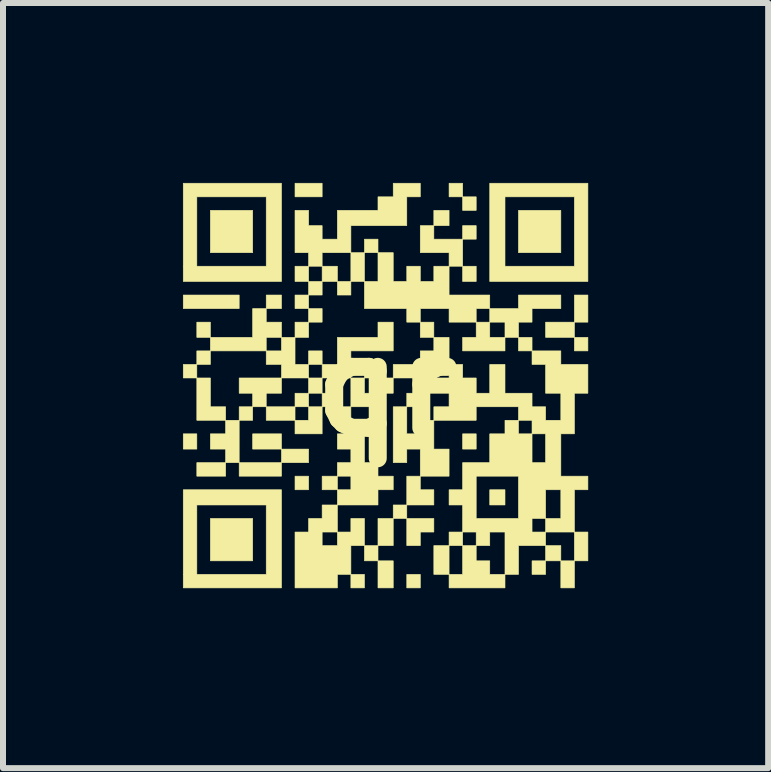
<source format=kicad_pcb>
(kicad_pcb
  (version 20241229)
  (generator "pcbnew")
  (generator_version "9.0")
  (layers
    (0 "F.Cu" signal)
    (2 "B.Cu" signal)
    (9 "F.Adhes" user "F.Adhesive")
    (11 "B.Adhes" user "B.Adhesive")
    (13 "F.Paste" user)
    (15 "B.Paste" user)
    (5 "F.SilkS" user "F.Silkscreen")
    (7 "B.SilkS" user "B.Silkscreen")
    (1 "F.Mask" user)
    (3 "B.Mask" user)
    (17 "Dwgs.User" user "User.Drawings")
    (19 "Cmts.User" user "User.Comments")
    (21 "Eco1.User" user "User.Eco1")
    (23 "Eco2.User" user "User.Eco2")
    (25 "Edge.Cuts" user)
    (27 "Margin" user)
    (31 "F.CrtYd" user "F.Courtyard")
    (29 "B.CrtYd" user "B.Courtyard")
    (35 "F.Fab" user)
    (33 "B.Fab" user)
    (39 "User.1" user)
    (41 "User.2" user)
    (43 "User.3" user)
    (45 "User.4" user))
  (footprint "qr"
    (layer "F.Cu")
    (at 3.392 3.392)
    (property "Reference" "qr" (at 0 0 0) (layer "F.SilkS") (effects (font (size 1.524 1.524) (thickness 0.3))))
    (attr through_hole)
    (fp_poly (pts (xy -3.161 1.044) (xy -3.387 1.044) (xy -3.387 0.79) (xy -3.161 0.79) (xy -3.161 1.044)) (stroke (width 0.01) (type solid)) (fill yes) (layer "F.SilkS"))
    (fp_poly (pts (xy -2.935 -0.818) (xy -3.161 -0.818) (xy -3.161 -1.072) (xy -2.935 -1.072) (xy -2.935 -0.818)) (stroke (width 0.01) (type solid)) (fill yes) (layer "F.SilkS"))
    (fp_poly (pts (xy -2.681 1.496) (xy -3.161 1.496) (xy -3.161 1.27) (xy -2.681 1.27) (xy -2.681 1.496)) (stroke (width 0.01) (type solid)) (fill yes) (layer "F.SilkS"))
    (fp_poly (pts (xy -2.455 -1.298) (xy -3.387 -1.298) (xy -3.387 -1.524) (xy -2.455 -1.524) (xy -2.455 -1.298)) (stroke (width 0.01) (type solid)) (fill yes) (layer "F.SilkS"))
    (fp_poly (pts (xy -2.23 -2.23) (xy -2.935 -2.23) (xy -2.935 -2.935) (xy -2.23 -2.935) (xy -2.23 -2.23)) (stroke (width 0.01) (type solid)) (fill yes) (layer "F.SilkS"))
    (fp_poly (pts (xy -2.23 2.907) (xy -2.935 2.907) (xy -2.935 2.201) (xy -2.23 2.201) (xy -2.23 2.907)) (stroke (width 0.01) (type solid)) (fill yes) (layer "F.SilkS"))
    (fp_poly (pts (xy -1.75 -1.298) (xy -2.004 -1.298) (xy -2.004 -1.524) (xy -1.75 -1.524) (xy -1.75 -1.298)) (stroke (width 0.01) (type solid)) (fill yes) (layer "F.SilkS"))
    (fp_poly (pts (xy -1.75 1.044) (xy -2.23 1.044) (xy -2.23 0.79) (xy -1.75 0.79) (xy -1.75 1.044)) (stroke (width 0.01) (type solid)) (fill yes) (layer "F.SilkS"))
    (fp_poly (pts (xy -1.75 1.496) (xy -2.455 1.496) (xy -2.455 1.27) (xy -1.75 1.27) (xy -1.75 1.496)) (stroke (width 0.01) (type solid)) (fill yes) (layer "F.SilkS"))
    (fp_poly (pts (xy -1.524 0.564) (xy -2.004 0.564) (xy -2.004 0.339) (xy -1.524 0.339) (xy -1.524 0.564)) (stroke (width 0.01) (type solid)) (fill yes) (layer "F.SilkS"))
    (fp_poly (pts (xy -1.298 -1.75) (xy -1.524 -1.75) (xy -1.524 -2.004) (xy -1.298 -2.004) (xy -1.298 -1.75)) (stroke (width 0.01) (type solid)) (fill yes) (layer "F.SilkS"))
    (fp_poly (pts (xy -1.298 -1.298) (xy -1.524 -1.298) (xy -1.524 -1.524) (xy -1.298 -1.524) (xy -1.298 -1.298)) (stroke (width 0.01) (type solid)) (fill yes) (layer "F.SilkS"))
    (fp_poly (pts (xy -1.298 -0.818) (xy -1.524 -0.818) (xy -1.524 -1.072) (xy -1.298 -1.072) (xy -1.298 -0.818)) (stroke (width 0.01) (type solid)) (fill yes) (layer "F.SilkS"))
    (fp_poly (pts (xy -1.298 0.339) (xy -1.524 0.339) (xy -1.524 0.113) (xy -1.298 0.113) (xy -1.298 0.339)) (stroke (width 0.01) (type solid)) (fill yes) (layer "F.SilkS"))
    (fp_poly (pts (xy -1.298 1.27) (xy -1.75 1.27) (xy -1.75 1.044) (xy -1.298 1.044) (xy -1.298 1.27)) (stroke (width 0.01) (type solid)) (fill yes) (layer "F.SilkS"))
    (fp_poly (pts (xy -1.298 1.722) (xy -1.524 1.722) (xy -1.524 1.496) (xy -1.298 1.496) (xy -1.298 1.722)) (stroke (width 0.01) (type solid)) (fill yes) (layer "F.SilkS"))
    (fp_poly (pts (xy -1.072 -3.161) (xy -1.524 -3.161) (xy -1.524 -3.387) (xy -1.072 -3.387) (xy -1.072 -3.161)) (stroke (width 0.01) (type solid)) (fill yes) (layer "F.SilkS"))
    (fp_poly (pts (xy -1.072 -1.524) (xy -1.298 -1.524) (xy -1.298 -1.75) (xy -1.072 -1.75) (xy -1.072 -1.524)) (stroke (width 0.01) (type solid)) (fill yes) (layer "F.SilkS"))
    (fp_poly (pts (xy -1.072 -1.072) (xy -1.298 -1.072) (xy -1.298 -1.298) (xy -1.072 -1.298) (xy -1.072 -1.072)) (stroke (width 0.01) (type solid)) (fill yes) (layer "F.SilkS"))
    (fp_poly (pts (xy -1.072 -0.367) (xy -1.298 -0.367) (xy -1.298 -0.593) (xy -1.072 -0.593) (xy -1.072 -0.367)) (stroke (width 0.01) (type solid)) (fill yes) (layer "F.SilkS"))
    (fp_poly (pts (xy -1.072 0.113) (xy -1.298 0.113) (xy -1.298 -0.141) (xy -1.072 -0.141) (xy -1.072 0.113)) (stroke (width 0.01) (type solid)) (fill yes) (layer "F.SilkS"))
    (fp_poly (pts (xy -0.818 -1.75) (xy -1.072 -1.75) (xy -1.072 -2.004) (xy -0.818 -2.004) (xy -0.818 -1.75)) (stroke (width 0.01) (type solid)) (fill yes) (layer "F.SilkS"))
    (fp_poly (pts (xy -0.818 0.339) (xy -1.072 0.339) (xy -1.072 0.113) (xy -0.818 0.113) (xy -0.818 0.339)) (stroke (width 0.01) (type solid)) (fill yes) (layer "F.SilkS"))
    (fp_poly (pts (xy -0.593 -1.524) (xy -0.818 -1.524) (xy -0.818 -1.75) (xy -0.593 -1.75) (xy -0.593 -1.524)) (stroke (width 0.01) (type solid)) (fill yes) (layer "F.SilkS"))
    (fp_poly (pts (xy -0.593 0.564) (xy -0.818 0.564) (xy -0.818 0.339) (xy -0.593 0.339) (xy -0.593 0.564)) (stroke (width 0.01) (type solid)) (fill yes) (layer "F.SilkS"))
    (fp_poly (pts (xy -0.367 3.358) (xy -0.593 3.358) (xy -0.593 3.133) (xy -0.367 3.133) (xy -0.367 3.358)) (stroke (width 0.01) (type solid)) (fill yes) (layer "F.SilkS"))
    (fp_poly (pts (xy -0.141 2.907) (xy -0.367 2.907) (xy -0.367 2.653) (xy -0.141 2.653) (xy -0.141 2.907)) (stroke (width 0.01) (type solid)) (fill yes) (layer "F.SilkS"))
    (fp_poly (pts (xy 0.113 2.653) (xy -0.141 2.653) (xy -0.141 2.201) (xy 0.113 2.201) (xy 0.113 2.653)) (stroke (width 0.01) (type solid)) (fill yes) (layer "F.SilkS"))
    (fp_poly (pts (xy 0.113 3.358) (xy -0.141 3.358) (xy -0.141 2.907) (xy 0.113 2.907) (xy 0.113 3.358)) (stroke (width 0.01) (type solid)) (fill yes) (layer "F.SilkS"))
    (fp_poly (pts (xy 0.339 2.201) (xy 0.113 2.201) (xy 0.113 1.976) (xy 0.339 1.976) (xy 0.339 2.201)) (stroke (width 0.01) (type solid)) (fill yes) (layer "F.SilkS"))
    (fp_poly (pts (xy 0.564 -0.141) (xy 0.113 -0.141) (xy 0.113 -0.367) (xy 0.564 -0.367) (xy 0.564 -0.141)) (stroke (width 0.01) (type solid)) (fill yes) (layer "F.SilkS"))
    (fp_poly (pts (xy 0.564 0.339) (xy 0.339 0.339) (xy 0.339 0.113) (xy 0.564 0.113) (xy 0.564 0.339)) (stroke (width 0.01) (type solid)) (fill yes) (layer "F.SilkS"))
    (fp_poly (pts (xy 0.564 3.358) (xy 0.339 3.358) (xy 0.339 3.133) (xy 0.564 3.133) (xy 0.564 3.358)) (stroke (width 0.01) (type solid)) (fill yes) (layer "F.SilkS"))
    (fp_poly (pts (xy 0.79 -0.818) (xy 0.564 -0.818) (xy 0.564 -1.072) (xy 0.79 -1.072) (xy 0.79 -0.818)) (stroke (width 0.01) (type solid)) (fill yes) (layer "F.SilkS"))
    (fp_poly (pts (xy 1.044 -2.681) (xy 0.79 -2.681) (xy 0.79 -2.935) (xy 1.044 -2.935) (xy 1.044 -2.681)) (stroke (width 0.01) (type solid)) (fill yes) (layer "F.SilkS"))
    (fp_poly (pts (xy 1.27 -3.161) (xy 1.044 -3.161) (xy 1.044 -3.387) (xy 1.27 -3.387) (xy 1.27 -3.161)) (stroke (width 0.01) (type solid)) (fill yes) (layer "F.SilkS"))
    (fp_poly (pts (xy 1.496 -2.935) (xy 1.27 -2.935) (xy 1.27 -3.161) (xy 1.496 -3.161) (xy 1.496 -2.935)) (stroke (width 0.01) (type solid)) (fill yes) (layer "F.SilkS"))
    (fp_poly (pts (xy 1.496 -2.455) (xy 1.27 -2.455) (xy 1.27 -2.681) (xy 1.496 -2.681) (xy 1.496 -2.455)) (stroke (width 0.01) (type solid)) (fill yes) (layer "F.SilkS"))
    (fp_poly (pts (xy 1.496 -1.75) (xy 1.27 -1.75) (xy 1.27 -2.004) (xy 1.496 -2.004) (xy 1.496 -1.75)) (stroke (width 0.01) (type solid)) (fill yes) (layer "F.SilkS"))
    (fp_poly (pts (xy 1.496 1.044) (xy 1.27 1.044) (xy 1.27 0.79) (xy 1.496 0.79) (xy 1.496 1.044)) (stroke (width 0.01) (type solid)) (fill yes) (layer "F.SilkS"))
    (fp_poly (pts (xy 1.976 1.976) (xy 1.722 1.976) (xy 1.722 1.722) (xy 1.976 1.722) (xy 1.976 1.976)) (stroke (width 0.01) (type solid)) (fill yes) (layer "F.SilkS"))
    (fp_poly (pts (xy 2.427 -0.593) (xy 2.201 -0.593) (xy 2.201 -0.818) (xy 2.427 -0.818) (xy 2.427 -0.593)) (stroke (width 0.01) (type solid)) (fill yes) (layer "F.SilkS"))
    (fp_poly (pts (xy 2.653 3.133) (xy 2.427 3.133) (xy 2.427 2.907) (xy 2.653 2.907) (xy 2.653 3.133)) (stroke (width 0.01) (type solid)) (fill yes) (layer "F.SilkS"))
    (fp_poly (pts (xy 2.907 -2.23) (xy 2.201 -2.23) (xy 2.201 -2.935) (xy 2.907 -2.935) (xy 2.907 -2.23)) (stroke (width 0.01) (type solid)) (fill yes) (layer "F.SilkS"))
    (fp_poly (pts (xy 2.907 2.907) (xy 2.653 2.907) (xy 2.653 2.653) (xy 2.907 2.653) (xy 2.907 2.907)) (stroke (width 0.01) (type solid)) (fill yes) (layer "F.SilkS"))
    (fp_poly (pts (xy 3.133 -0.818) (xy 2.653 -0.818) (xy 2.653 -1.072) (xy 3.133 -1.072) (xy 3.133 -0.818)) (stroke (width 0.01) (type solid)) (fill yes) (layer "F.SilkS"))
    (fp_poly (pts (xy 3.133 3.358) (xy 2.907 3.358) (xy 2.907 2.907) (xy 3.133 2.907) (xy 3.133 3.358)) (stroke (width 0.01) (type solid)) (fill yes) (layer "F.SilkS"))
    (fp_poly (pts (xy 3.358 -1.072) (xy 3.133 -1.072) (xy 3.133 -1.524) (xy 3.358 -1.524) (xy 3.358 -1.072)) (stroke (width 0.01) (type solid)) (fill yes) (layer "F.SilkS"))
    (fp_poly (pts (xy 3.358 -0.593) (xy 3.133 -0.593) (xy 3.133 -0.818) (xy 3.358 -0.818) (xy 3.358 -0.593)) (stroke (width 0.01) (type solid)) (fill yes) (layer "F.SilkS"))
    (fp_poly (pts (xy 3.358 2.907) (xy 3.133 2.907) (xy 3.133 2.427) (xy 3.358 2.427) (xy 3.358 2.907)) (stroke (width 0.01) (type solid)) (fill yes) (layer "F.SilkS"))
    (fp_poly (pts (xy -1.072 0.79) (xy -1.524 0.79) (xy -1.524 0.564) (xy -1.298 0.564) (xy -1.298 0.339) (xy -1.072 0.339) (xy -1.072 0.79)) (stroke (width 0.01) (type solid)) (fill yes) (layer "F.SilkS"))
    (fp_poly (pts (xy 0.564 1.722) (xy 0.79 1.722) (xy 0.79 1.976) (xy 0.339 1.976) (xy 0.339 1.496) (xy 0.564 1.496) (xy 0.564 1.722)) (stroke (width 0.01) (type solid)) (fill yes) (layer "F.SilkS"))
    (fp_poly (pts (xy 0.79 2.427) (xy 0.564 2.427) (xy 0.564 2.653) (xy 0.339 2.653) (xy 0.339 2.201) (xy 0.79 2.201) (xy 0.79 2.427)) (stroke (width 0.01) (type solid)) (fill yes) (layer "F.SilkS"))
    (fp_poly (pts (xy 1.044 -0.367) (xy 0.564 -0.367) (xy 0.564 -0.593) (xy 0.79 -0.593) (xy 0.79 -0.818) (xy 1.044 -0.818) (xy 1.044 -0.367)) (stroke (width 0.01) (type solid)) (fill yes) (layer "F.SilkS"))
    (fp_poly (pts (xy 0.79 -2.455) (xy 1.27 -2.455) (xy 1.27 -2.004) (xy 1.044 -2.004) (xy 1.044 -2.23) (xy 0.564 -2.23) (xy 0.564 -2.681) (xy 0.79 -2.681) (xy 0.79 -2.455)) (stroke (width 0.01) (type solid)) (fill yes) (layer "F.SilkS"))
    (fp_poly (pts (xy 1.722 -0.818) (xy 1.976 -0.818) (xy 1.976 -0.593) (xy 1.27 -0.593) (xy 1.27 -0.818) (xy 1.496 -0.818) (xy 1.496 -1.072) (xy 1.722 -1.072) (xy 1.722 -0.818)) (stroke (width 0.01) (type solid)) (fill yes) (layer "F.SilkS"))
    (fp_poly (pts (xy 0.113 -0.593) (xy -0.593 -0.593) (xy -0.593 -0.141) (xy -1.072 -0.141) (xy -1.072 -0.367) (xy -0.818 -0.367) (xy -0.818 -0.818) (xy -0.141 -0.818) (xy -0.141 -1.072) (xy 0.113 -1.072) (xy 0.113 -0.593)) (stroke (width 0.01) (type solid)) (fill yes) (layer "F.SilkS"))
    (fp_poly (pts (xy -1.75 -1.75) (xy -3.387 -1.75) (xy -3.387 -3.161) (xy -3.161 -3.161) (xy -3.161 -2.004) (xy -2.004 -2.004) (xy -2.004 -3.161) (xy -3.161 -3.161) (xy -3.387 -3.161) (xy -3.387 -3.387) (xy -1.75 -3.387) (xy -1.75 -1.75)) (stroke (width 0.01) (type solid)) (fill yes) (layer "F.SilkS"))
    (fp_poly (pts (xy -1.75 3.358) (xy -3.387 3.358) (xy -3.387 1.976) (xy -3.161 1.976) (xy -3.161 3.133) (xy -2.004 3.133) (xy -2.004 1.976) (xy -3.161 1.976) (xy -3.387 1.976) (xy -3.387 1.722) (xy -1.75 1.722) (xy -1.75 3.358)) (stroke (width 0.01) (type solid)) (fill yes) (layer "F.SilkS"))
    (fp_poly (pts (xy 3.358 -1.75) (xy 1.722 -1.75) (xy 1.722 -3.161) (xy 1.976 -3.161) (xy 1.976 -2.004) (xy 3.133 -2.004) (xy 3.133 -3.161) (xy 1.976 -3.161) (xy 1.722 -3.161) (xy 1.722 -3.387) (xy 3.358 -3.387) (xy 3.358 -1.75)) (stroke (width 0.01) (type solid)) (fill yes) (layer "F.SilkS"))
    (fp_poly (pts (xy 2.907 -1.298) (xy 2.427 -1.298) (xy 2.427 -1.072) (xy 2.201 -1.072) (xy 2.201 -0.818) (xy 1.976 -0.818) (xy 1.976 -1.072) (xy 1.722 -1.072) (xy 1.722 -1.298) (xy 2.201 -1.298) (xy 2.201 -1.524) (xy 2.907 -1.524) (xy 2.907 -1.298)) (stroke (width 0.01) (type solid)) (fill yes) (layer "F.SilkS"))
    (fp_poly (pts (xy 0.113 -0.141) (xy 0.113 0.113) (xy -0.141 0.113) (xy -0.141 0.339) (xy -0.593 0.339) (xy -0.593 -0.141) (xy -0.367 -0.141) (xy -0.367 0.113) (xy -0.141 0.113) (xy -0.141 -0.141) (xy -0.367 -0.141) (xy -0.367 -0.367) (xy -0.141 -0.367) (xy -0.141 -0.141) (xy 0.113 -0.141)) (stroke (width 0.01) (type solid)) (fill yes) (layer "F.SilkS"))
    (fp_poly (pts (xy 0.339 0.79) (xy 0.564 0.79) (xy 0.564 0.564) (xy 0.79 0.564) (xy 0.79 1.044) (xy 1.044 1.044) (xy 1.044 1.496) (xy 0.564 1.496) (xy 0.564 1.044) (xy 0.339 1.044) (xy 0.339 1.27) (xy 0.113 1.27) (xy 0.113 0.339) (xy 0.339 0.339) (xy 0.339 0.79)) (stroke (width 0.01) (type solid)) (fill yes) (layer "F.SilkS"))
    (fp_poly (pts (xy -0.818 2.427) (xy -0.593 2.427) (xy -0.593 2.201) (xy -0.367 2.201) (xy -0.367 2.653) (xy -0.593 2.653) (xy -0.593 3.133) (xy -0.818 3.133) (xy -0.818 3.358) (xy -1.524 3.358) (xy -1.524 2.427) (xy -1.298 2.427) (xy -1.072 2.427) (xy -1.072 2.653) (xy -0.818 2.653) (xy -0.818 2.427) (xy -1.072 2.427) (xy -1.298 2.427) (xy -1.298 2.201) (xy -1.072 2.201) (xy -1.072 1.976) (xy -0.818 1.976) (xy -0.818 2.427)) (stroke (width 0.01) (type solid)) (fill yes) (layer "F.SilkS"))
    (fp_poly (pts (xy 0.564 -3.161) (xy 0.339 -3.161) (xy 0.339 -2.681) (xy -0.593 -2.681) (xy -0.593 -2.23) (xy -1.072 -2.23) (xy -1.072 -2.004) (xy -1.298 -2.004) (xy -1.298 -2.23) (xy -1.524 -2.23) (xy -1.524 -2.935) (xy -1.298 -2.935) (xy -1.298 -2.681) (xy -1.072 -2.681) (xy -1.072 -2.455) (xy -0.818 -2.455) (xy -0.818 -2.935) (xy -0.141 -2.935) (xy -0.141 -3.161) (xy 0.113 -3.161) (xy 0.113 -3.387) (xy 0.564 -3.387) (xy 0.564 -3.161)) (stroke (width 0.01) (type solid)) (fill yes) (layer "F.SilkS"))
    (fp_poly (pts (xy -0.141 0.79) (xy -0.367 0.79) (xy -0.367 1.27) (xy -0.141 1.27) (xy -0.141 1.496) (xy 0.113 1.496) (xy 0.113 1.722) (xy -0.141 1.722) (xy -0.141 1.976) (xy -0.818 1.976) (xy -0.818 1.722) (xy -1.072 1.722) (xy -1.072 1.496) (xy -0.818 1.496) (xy -0.818 1.722) (xy -0.593 1.722) (xy -0.593 1.496) (xy -0.818 1.496) (xy -0.818 1.27) (xy -0.593 1.27) (xy -0.593 1.044) (xy -0.818 1.044) (xy -0.818 0.79) (xy -0.593 0.79) (xy -0.593 0.564) (xy -0.141 0.564) (xy -0.141 0.79)) (stroke (width 0.01) (type solid)) (fill yes) (layer "F.SilkS"))
    (fp_poly (pts (xy 0.113 -2.23) (xy 0.113 -1.75) (xy 0.339 -1.75) (xy 0.339 -2.004) (xy 0.564 -2.004) (xy 0.564 -1.75) (xy 0.79 -1.75) (xy 0.79 -2.004) (xy 1.044 -2.004) (xy 1.044 -1.524) (xy 1.722 -1.524) (xy 1.722 -1.298) (xy 1.496 -1.298) (xy 1.496 -1.072) (xy 1.044 -1.072) (xy 1.044 -1.298) (xy 0.564 -1.298) (xy 0.564 -1.072) (xy 0.339 -1.072) (xy 0.339 -1.298) (xy -0.367 -1.298) (xy -0.367 -1.75) (xy -0.593 -1.75) (xy -0.593 -2.23) (xy -0.367 -2.23) (xy -0.367 -1.75) (xy -0.141 -1.75) (xy -0.141 -2.23) (xy -0.367 -2.23) (xy -0.367 -2.455) (xy -0.141 -2.455) (xy -0.141 -2.23) (xy 0.113 -2.23)) (stroke (width 0.01) (type solid)) (fill yes) (layer "F.SilkS"))
    (fp_poly (pts (xy -1.524 -0.818) (xy -1.524 -0.367) (xy -1.298 -0.367) (xy -1.298 -0.141) (xy -1.75 -0.141) (xy -1.75 0.113) (xy -2.004 0.113) (xy -2.004 0.339) (xy -2.23 0.339) (xy -2.23 0.564) (xy -2.455 0.564) (xy -2.455 1.27) (xy -2.681 1.27) (xy -2.681 1.044) (xy -2.935 1.044) (xy -2.935 0.79) (xy -2.681 0.79) (xy -2.681 0.564) (xy -3.161 0.564) (xy -3.161 -0.141) (xy -3.387 -0.141) (xy -3.387 -0.367) (xy -3.161 -0.367) (xy -3.161 -0.141) (xy -2.935 -0.141) (xy -2.935 0.339) (xy -2.681 0.339) (xy -2.681 0.564) (xy -2.455 0.564) (xy -2.455 0.339) (xy -2.23 0.339) (xy -2.23 0.113) (xy -2.455 0.113) (xy -2.455 -0.141) (xy -1.75 -0.141) (xy -1.75 -0.367) (xy -2.004 -0.367) (xy -2.004 -0.593) (xy -2.935 -0.593) (xy -2.935 -0.367) (xy -3.161 -0.367) (xy -3.161 -0.593) (xy -2.935 -0.593) (xy -2.935 -0.818) (xy -2.23 -0.818) (xy -2.004 -0.818) (xy -2.004 -0.593) (xy -1.75 -0.593) (xy -1.75 -0.818) (xy -2.004 -0.818) (xy -2.23 -0.818) (xy -2.23 -1.298) (xy -2.004 -1.298) (xy -2.004 -1.072) (xy -1.75 -1.072) (xy -1.75 -0.818) (xy -1.524 -0.818)) (stroke (width 0.01) (type solid)) (fill yes) (layer "F.SilkS"))
    (fp_poly (pts (xy 2.907 -0.367) (xy 3.358 -0.367) (xy 3.358 0.113) (xy 3.133 0.113) (xy 3.133 0.79) (xy 2.907 0.79) (xy 2.907 1.496) (xy 3.358 1.496) (xy 3.358 1.722) (xy 3.133 1.722) (xy 3.133 2.427) (xy 2.653 2.427) (xy 2.653 2.653) (xy 2.201 2.653) (xy 2.201 3.133) (xy 1.976 3.133) (xy 1.976 3.358) (xy 1.044 3.358) (xy 1.044 3.133) (xy 0.79 3.133) (xy 0.79 2.653) (xy 1.044 2.653) (xy 1.044 3.133) (xy 1.27 3.133) (xy 1.27 2.653) (xy 1.044 2.653) (xy 1.044 2.427) (xy 1.27 2.427) (xy 1.27 2.653) (xy 1.496 2.653) (xy 1.496 2.907) (xy 1.722 2.907) (xy 1.722 3.133) (xy 1.976 3.133) (xy 1.976 2.427) (xy 1.722 2.427) (xy 1.722 2.653) (xy 1.496 2.653) (xy 1.496 2.427) (xy 1.27 2.427) (xy 1.27 1.976) (xy 1.044 1.976) (xy 1.044 1.722) (xy 1.27 1.722) (xy 1.27 1.496) (xy 1.496 1.496) (xy 1.496 2.201) (xy 2.201 2.201) (xy 2.427 2.201) (xy 2.427 2.427) (xy 2.653 2.427) (xy 2.653 2.201) (xy 2.427 2.201) (xy 2.201 2.201) (xy 2.201 1.722) (xy 2.653 1.722) (xy 2.653 2.201) (xy 2.907 2.201) (xy 2.907 1.722) (xy 2.653 1.722) (xy 2.201 1.722) (xy 2.201 1.496) (xy 1.496 1.496) (xy 1.27 1.496) (xy 1.27 1.27) (xy 1.722 1.27) (xy 1.722 0.79) (xy 1.976 0.79) (xy 1.976 0.564) (xy 2.201 0.564) (xy 2.201 0.79) (xy 2.427 0.79) (xy 2.427 1.27) (xy 2.653 1.27) (xy 2.653 0.79) (xy 2.427 0.79) (xy 2.427 0.564) (xy 2.201 0.564) (xy 2.201 0.339) (xy 1.496 0.339) (xy 1.496 0.564) (xy 0.79 0.564) (xy 0.79 0.339) (xy 1.044 0.339) (xy 1.044 0.113) (xy 0.564 0.113) (xy 0.564 -0.141) (xy 1.044 -0.141) (xy 1.044 -0.367) (xy 1.27 -0.367) (xy 1.27 -0.141) (xy 1.496 -0.141) (xy 1.496 0.113) (xy 1.722 0.113) (xy 1.722 -0.367) (xy 1.976 -0.367) (xy 1.976 0.113) (xy 2.427 0.113) (xy 2.427 0.339) (xy 2.653 0.339) (xy 2.653 0.564) (xy 2.907 0.564) (xy 2.907 0.113) (xy 2.653 0.113) (xy 2.653 -0.367) (xy 2.427 -0.367) (xy 2.427 -0.593) (xy 2.907 -0.593) (xy 2.907 -0.367)) (stroke (width 0.01) (type solid)) (fill yes) (layer "F.SilkS")))
  (gr_rect
    (start -3 -3)
    (end 9.755 9.755)
    (stroke (width 0.1) (type default))
    (fill no)
    (layer "Edge.Cuts")))
</source>
